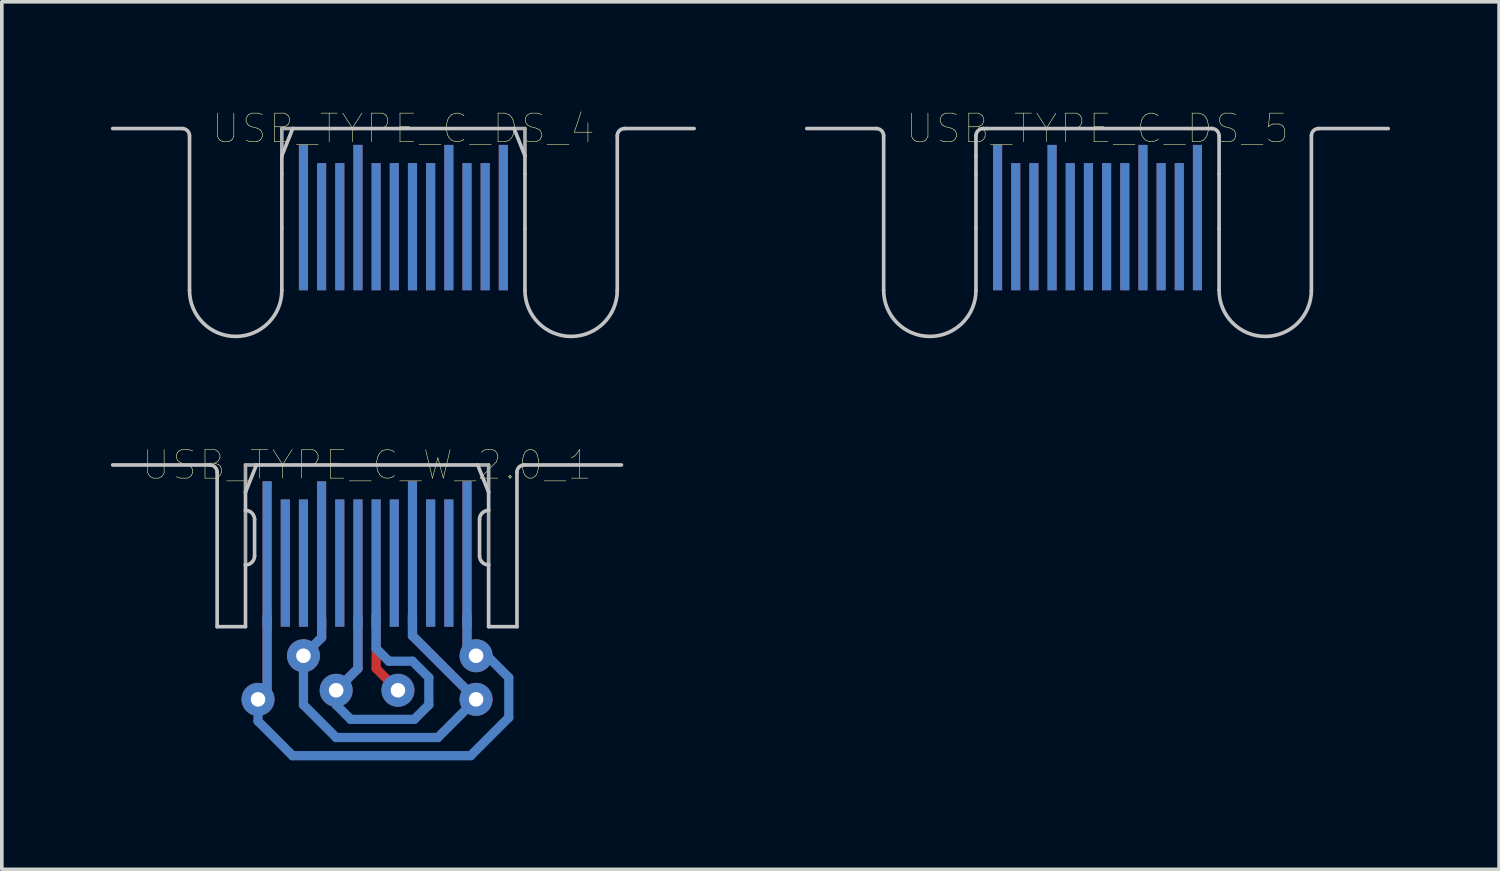
<source format=kicad_pcb>
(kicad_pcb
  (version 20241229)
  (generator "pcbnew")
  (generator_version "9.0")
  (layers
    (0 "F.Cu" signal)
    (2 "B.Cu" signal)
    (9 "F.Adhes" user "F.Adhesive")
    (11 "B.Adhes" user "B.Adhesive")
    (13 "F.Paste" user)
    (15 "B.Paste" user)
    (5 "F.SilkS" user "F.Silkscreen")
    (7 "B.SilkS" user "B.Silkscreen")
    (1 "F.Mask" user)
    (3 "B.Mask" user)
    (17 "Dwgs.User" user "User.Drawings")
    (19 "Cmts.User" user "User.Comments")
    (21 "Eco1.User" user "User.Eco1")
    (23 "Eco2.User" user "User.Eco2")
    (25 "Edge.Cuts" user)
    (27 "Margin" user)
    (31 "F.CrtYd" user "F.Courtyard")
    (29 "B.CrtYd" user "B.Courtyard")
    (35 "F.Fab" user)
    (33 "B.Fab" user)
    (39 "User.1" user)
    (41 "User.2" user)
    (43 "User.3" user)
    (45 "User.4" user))
  (footprint "USB_TYPE_C_W_2.0_1"
    (layer "F.Cu")
    (at 7.05 9.744)
    (property "Reference" "USB_TYPE_C_W_2.0_1" (at 0 0 0) (layer "F.SilkS") (effects (font (size 0.787 0.787) (thickness 0.015))))
    (attr through_hole)
    (fp_line (start -2.75 4.2) (end -2.75 6.2) (stroke (width 0.254) (type solid)) (layer "F.Cu"))
    (fp_line (start -2.75 6.2) (end -3 6.45) (stroke (width 0.254) (type solid)) (layer "F.Cu"))
    (fp_line (start -1.25 4.25) (end -1.25 4.75) (stroke (width 0.254) (type solid)) (layer "F.Cu"))
    (fp_line (start -1.25 4.75) (end -1.75 5.25) (stroke (width 0.254) (type solid)) (layer "F.Cu"))
    (fp_line (start -0.25 4.2) (end -0.25 5.6) (stroke (width 0.254) (type solid)) (layer "F.Cu"))
    (fp_line (start -0.25 5.6) (end -0.85 6.2) (stroke (width 0.254) (type solid)) (layer "F.Cu"))
    (fp_line (start 0.25 4.15) (end 0.25 5.6) (stroke (width 0.254) (type solid)) (layer "F.Cu"))
    (fp_line (start 0.25 5.6) (end 0.85 6.2) (stroke (width 0.254) (type solid)) (layer "F.Cu"))
    (fp_line (start 1.25 4.1) (end 1.25 4.7) (stroke (width 0.254) (type solid)) (layer "F.Cu"))
    (fp_line (start 1.25 4.7) (end 3 6.45) (stroke (width 0.254) (type solid)) (layer "F.Cu"))
    (fp_line (start 2.75 4.2) (end 2.75 5) (stroke (width 0.254) (type solid)) (layer "F.Cu"))
    (fp_line (start 2.75 5) (end 3 5.25) (stroke (width 0.254) (type solid)) (layer "F.Cu"))
    (fp_line (start -3 7.05) (end -3 6.45) (stroke (width 0.254) (type solid)) (layer "B.Cu"))
    (fp_line (start -2.75 4.15) (end -2.75 6.2) (stroke (width 0.254) (type solid)) (layer "B.Cu"))
    (fp_line (start -2.75 6.2) (end -3 6.45) (stroke (width 0.254) (type solid)) (layer "B.Cu"))
    (fp_line (start -2.05 8) (end -3 7.05) (stroke (width 0.254) (type solid)) (layer "B.Cu"))
    (fp_line (start -1.75 6.6) (end -1.75 5.25) (stroke (width 0.254) (type solid)) (layer "B.Cu"))
    (fp_line (start -1.25 4.25) (end -1.25 4.75) (stroke (width 0.254) (type solid)) (layer "B.Cu"))
    (fp_line (start -1.25 4.75) (end -1.75 5.25) (stroke (width 0.254) (type solid)) (layer "B.Cu"))
    (fp_line (start -0.85 6.6) (end -0.85 6.25) (stroke (width 0.254) (type solid)) (layer "B.Cu"))
    (fp_line (start -0.85 7.5) (end -1.75 6.6) (stroke (width 0.254) (type solid)) (layer "B.Cu"))
    (fp_line (start -0.45 7) (end -0.85 6.6) (stroke (width 0.254) (type solid)) (layer "B.Cu"))
    (fp_line (start -0.25 4.25) (end -0.25 5.6) (stroke (width 0.254) (type solid)) (layer "B.Cu"))
    (fp_line (start -0.25 5.6) (end -0.85 6.2) (stroke (width 0.254) (type solid)) (layer "B.Cu"))
    (fp_line (start 0.25 4.15) (end 0.25 5.05) (stroke (width 0.254) (type solid)) (layer "B.Cu"))
    (fp_line (start 0.25 5.05) (end 0.6 5.4) (stroke (width 0.254) (type solid)) (layer "B.Cu"))
    (fp_line (start 0.6 5.4) (end 1.25 5.4) (stroke (width 0.254) (type solid)) (layer "B.Cu"))
    (fp_line (start 1.25 4.15) (end 1.25 4.7) (stroke (width 0.254) (type solid)) (layer "B.Cu"))
    (fp_line (start 1.25 4.7) (end 3 6.45) (stroke (width 0.254) (type solid)) (layer "B.Cu"))
    (fp_line (start 1.25 5.4) (end 1.7 5.85) (stroke (width 0.254) (type solid)) (layer "B.Cu"))
    (fp_line (start 1.3 7) (end -0.45 7) (stroke (width 0.254) (type solid)) (layer "B.Cu"))
    (fp_line (start 1.7 5.85) (end 1.7 6.6) (stroke (width 0.254) (type solid)) (layer "B.Cu"))
    (fp_line (start 1.7 6.6) (end 1.3 7) (stroke (width 0.254) (type solid)) (layer "B.Cu"))
    (fp_line (start 1.95 7.5) (end -0.85 7.5) (stroke (width 0.254) (type solid)) (layer "B.Cu"))
    (fp_line (start 1.95 7.5) (end 3 6.45) (stroke (width 0.254) (type solid)) (layer "B.Cu"))
    (fp_line (start 2.75 4.15) (end 2.75 5) (stroke (width 0.254) (type solid)) (layer "B.Cu"))
    (fp_line (start 2.75 5) (end 3 5.25) (stroke (width 0.254) (type solid)) (layer "B.Cu"))
    (fp_line (start 2.85 8) (end -2.05 8) (stroke (width 0.254) (type solid)) (layer "B.Cu"))
    (fp_line (start 3 5.25) (end 3.3 5.25) (stroke (width 0.254) (type solid)) (layer "B.Cu"))
    (fp_line (start 3.3 5.25) (end 3.9 5.85) (stroke (width 0.254) (type solid)) (layer "B.Cu"))
    (fp_line (start 3.9 5.85) (end 3.9 6.95) (stroke (width 0.254) (type solid)) (layer "B.Cu"))
    (fp_line (start 3.9 6.95) (end 2.85 8) (stroke (width 0.254) (type solid)) (layer "B.Cu"))
    (fp_line (start -7 0) (end -4.325 0) (stroke (width 0.1) (type solid)) (layer "Dwgs.User"))
    (fp_line (start -4.125 0.2) (end -4.125 4.45) (stroke (width 0.1) (type solid)) (layer "Dwgs.User"))
    (fp_line (start -4.125 4.45) (end -3.345 4.45) (stroke (width 0.1) (type solid)) (layer "Dwgs.User"))
    (fp_line (start -3.345 0.75) (end -3.345 1.25) (stroke (width 0.1) (type solid)) (layer "Dwgs.User"))
    (fp_line (start -3.345 2.75) (end -3.345 4.45) (stroke (width 0.1) (type solid)) (layer "Dwgs.User"))
    (fp_line (start -3.095 1.5) (end -3.095 2.5) (stroke (width 0.1) (type solid)) (layer "Dwgs.User"))
    (fp_line (start -3.045 0) (end -3.345 0.75) (stroke (width 0.1) (type solid)) (layer "Dwgs.User"))
    (fp_line (start -3.045 0) (end 3.045 0) (stroke (width 0.1) (type solid)) (layer "Dwgs.User"))
    (fp_line (start 3.045 0) (end 3.345 0.75) (stroke (width 0.1) (type solid)) (layer "Dwgs.User"))
    (fp_line (start 3.095 1.5) (end 3.095 2.5) (stroke (width 0.1) (type solid)) (layer "Dwgs.User"))
    (fp_line (start 3.345 0.75) (end 3.345 1.25) (stroke (width 0.1) (type solid)) (layer "Dwgs.User"))
    (fp_line (start 3.345 2.75) (end 3.345 4.45) (stroke (width 0.1) (type solid)) (layer "Dwgs.User"))
    (fp_line (start 3.345 4.45) (end 4.125 4.45) (stroke (width 0.1) (type solid)) (layer "Dwgs.User"))
    (fp_line (start 4.125 0.2) (end 4.125 4.45) (stroke (width 0.1) (type solid)) (layer "Dwgs.User"))
    (fp_line (start 7 0) (end 4.325 0) (stroke (width 0.1) (type solid)) (layer "Dwgs.User"))
    (fp_arc (start -4.325 0) (mid -4.183579 0.058579) (end -4.125 0.2) (stroke (width 0.1) (type solid)) (layer "Dwgs.User"))
    (fp_arc (start -3.345 1.25) (mid -3.168223 1.323223) (end -3.095 1.5) (stroke (width 0.1) (type solid)) (layer "Dwgs.User"))
    (fp_arc (start -3.095 2.5) (mid -3.168223 2.676777) (end -3.345 2.75) (stroke (width 0.1) (type solid)) (layer "Dwgs.User"))
    (fp_arc (start 3.095 1.5) (mid 3.168223 1.323223) (end 3.345 1.25) (stroke (width 0.1) (type solid)) (layer "Dwgs.User"))
    (fp_arc (start 3.345 2.75) (mid 3.168223 2.676777) (end 3.095 2.5) (stroke (width 0.1) (type solid)) (layer "Dwgs.User"))
    (fp_arc (start 4.125 0.2) (mid 4.183579 0.058579) (end 4.325 0) (stroke (width 0.1) (type solid)) (layer "Dwgs.User"))
    (fp_line (start -3.345 0) (end -3.345 0.75) (stroke (width 0.1) (type solid)) (layer "F.Fab"))
    (fp_line (start -3.345 0) (end -3.045 0) (stroke (width 0.1) (type solid)) (layer "F.Fab"))
    (fp_line (start -3.345 1.25) (end -3.345 2.75) (stroke (width 0.1) (type solid)) (layer "F.Fab"))
    (fp_line (start 3.045 0) (end 3.345 0) (stroke (width 0.1) (type solid)) (layer "F.Fab"))
    (fp_line (start 3.345 0) (end 3.345 0.75) (stroke (width 0.1) (type solid)) (layer "F.Fab"))
    (fp_line (start 3.345 1.25) (end 3.345 2.75) (stroke (width 0.1) (type solid)) (layer "F.Fab"))
    (pad "A1" smd rect (at 2.75 2.45) (size 0.25 4) (layers "F.Cu" "F.Mask" "F.Paste"))
    (pad "A2" smd rect (at 2.25 2.7) (size 0.25 3.5) (layers "F.Cu" "F.Mask" "F.Paste"))
    (pad "A3" smd rect (at 1.75 2.7) (size 0.25 3.5) (layers "F.Cu" "F.Mask" "F.Paste"))
    (pad "A4" smd rect (at 1.25 2.45) (size 0.25 4) (layers "F.Cu" "F.Mask" "F.Paste"))
    (pad "A5" smd rect (at 0.75 2.7) (size 0.25 3.5) (layers "F.Cu" "F.Mask" "F.Paste"))
    (pad "A6" smd rect (at 0.25 2.7) (size 0.25 3.5) (layers "F.Cu" "F.Mask" "F.Paste"))
    (pad "A7" smd rect (at -0.25 2.7) (size 0.25 3.5) (layers "F.Cu" "F.Mask" "F.Paste"))
    (pad "A8" smd rect (at -0.75 2.7) (size 0.25 3.5) (layers "F.Cu" "F.Mask" "F.Paste"))
    (pad "A9" smd rect (at -1.25 2.45) (size 0.25 4) (layers "F.Cu" "F.Mask" "F.Paste"))
    (pad "A10" smd rect (at -1.75 2.7) (size 0.25 3.5) (layers "F.Cu" "F.Mask" "F.Paste"))
    (pad "A11" smd rect (at -2.25 2.7) (size 0.25 3.5) (layers "F.Cu" "F.Mask" "F.Paste"))
    (pad "A12" smd rect (at -2.75 2.45) (size 0.25 4) (layers "F.Cu" "F.Mask" "F.Paste"))
    (pad "B1" smd rect (at -2.75 2.45) (size 0.25 4) (layers "B.Cu" "B.Mask" "B.Paste"))
    (pad "B2" smd rect (at -2.25 2.7) (size 0.25 3.5) (layers "B.Cu" "B.Mask" "B.Paste"))
    (pad "B3" smd rect (at -1.75 2.7) (size 0.25 3.5) (layers "B.Cu" "B.Mask" "B.Paste"))
    (pad "B4" smd rect (at -1.25 2.45) (size 0.25 4) (layers "B.Cu" "B.Mask" "B.Paste"))
    (pad "B5" smd rect (at -0.75 2.7) (size 0.25 3.5) (layers "B.Cu" "B.Mask" "B.Paste"))
    (pad "B6" smd rect (at -0.25 2.7) (size 0.25 3.5) (layers "B.Cu" "B.Mask" "B.Paste"))
    (pad "B7" smd rect (at 0.25 2.7) (size 0.25 3.5) (layers "B.Cu" "B.Mask" "B.Paste"))
    (pad "B8" smd rect (at 0.75 2.7) (size 0.25 3.5) (layers "B.Cu" "B.Mask" "B.Paste"))
    (pad "B9" smd rect (at 1.25 2.45) (size 0.25 4) (layers "B.Cu" "B.Mask" "B.Paste"))
    (pad "B10" smd rect (at 1.75 2.7) (size 0.25 3.5) (layers "B.Cu" "B.Mask" "B.Paste"))
    (pad "B11" smd rect (at 2.25 2.7) (size 0.25 3.5) (layers "B.Cu" "B.Mask" "B.Paste"))
    (pad "B12" smd rect (at 2.75 2.45) (size 0.25 4) (layers "B.Cu" "B.Mask" "B.Paste"))
    (pad "D" thru_hole circle (at -0.85 6.2) (size 0.908 0.908) (drill 0.4) (layers "*.Cu" "*.Mask"))
    (pad "D+" thru_hole circle (at 0.85 6.2) (size 0.908 0.908) (drill 0.4) (layers "*.Cu" "*.Mask"))
    (pad "GND" thru_hole circle (at -3 6.45) (size 0.908 0.908) (drill 0.4) (layers "*.Cu" "*.Mask"))
    (pad "P$5" thru_hole circle (at -1.75 5.25) (size 0.908 0.908) (drill 0.4) (layers "*.Cu"))
    (pad "P$6" thru_hole circle (at 3 5.25) (size 0.908 0.908) (drill 0.4) (layers "*.Cu"))
    (pad "VBUS" thru_hole circle (at 3 6.45) (size 0.908 0.908) (drill 0.4) (layers "*.Cu" "*.Mask")))
  (footprint "USB_TYPE_C_DS_5"
    (layer "F.Cu")
    (at 27.15 0.487)
    (property "Reference" "USB_TYPE_C_DS_5" (at 0 0 0) (layer "F.SilkS") (effects (font (size 0.787 0.787) (thickness 0.015))))
    (attr through_hole)
    (fp_line (start -8 0) (end -6.085 0) (stroke (width 0.1) (type solid)) (layer "Dwgs.User"))
    (fp_line (start -5.885 0.2) (end -5.885 4.45) (stroke (width 0.1) (type solid)) (layer "Dwgs.User"))
    (fp_line (start -3.345 0.2) (end -3.345 0.75) (stroke (width 0.1) (type solid)) (layer "Dwgs.User"))
    (fp_line (start -3.345 0.75) (end -3.345 1.25) (stroke (width 0.1) (type solid)) (layer "Dwgs.User"))
    (fp_line (start -3.345 1.25) (end -3.345 2.75) (stroke (width 0.1) (type solid)) (layer "Dwgs.User"))
    (fp_line (start -3.345 2.75) (end -3.345 4.45) (stroke (width 0.1) (type solid)) (layer "Dwgs.User"))
    (fp_line (start -3.045 0) (end -3.145 0) (stroke (width 0.1) (type solid)) (layer "Dwgs.User"))
    (fp_line (start -3.045 0) (end 3.045 0) (stroke (width 0.1) (type solid)) (layer "Dwgs.User"))
    (fp_line (start 3.045 0) (end 3.145 0) (stroke (width 0.1) (type solid)) (layer "Dwgs.User"))
    (fp_line (start 3.345 0.2) (end 3.345 1.25) (stroke (width 0.1) (type solid)) (layer "Dwgs.User"))
    (fp_line (start 3.345 1.25) (end 3.345 2.75) (stroke (width 0.1) (type solid)) (layer "Dwgs.User"))
    (fp_line (start 3.345 2.75) (end 3.345 4.45) (stroke (width 0.1) (type solid)) (layer "Dwgs.User"))
    (fp_line (start 5.885 0.2) (end 5.885 4.45) (stroke (width 0.1) (type solid)) (layer "Dwgs.User"))
    (fp_line (start 8 0) (end 6.085 0) (stroke (width 0.1) (type solid)) (layer "Dwgs.User"))
    (fp_arc (start -6.085 0) (mid -5.943579 0.058579) (end -5.885 0.2) (stroke (width 0.1) (type solid)) (layer "Dwgs.User"))
    (fp_arc (start -3.345 0.2) (mid -3.286421 0.058579) (end -3.145 0) (stroke (width 0.1) (type solid)) (layer "Dwgs.User"))
    (fp_arc (start -3.345 4.45) (mid -4.615 5.72) (end -5.885 4.45) (stroke (width 0.1) (type solid)) (layer "Dwgs.User"))
    (fp_arc (start 3.145 0) (mid 3.286421 0.058579) (end 3.345 0.2) (stroke (width 0.1) (type solid)) (layer "Dwgs.User"))
    (fp_arc (start 5.885 0.2) (mid 5.943579 0.058579) (end 6.085 0) (stroke (width 0.1) (type solid)) (layer "Dwgs.User"))
    (fp_arc (start 5.885 4.45) (mid 4.615 5.72) (end 3.345 4.45) (stroke (width 0.1) (type solid)) (layer "Dwgs.User"))
    (pad "A1" smd rect (at 2.75 2.45) (size 0.25 4) (layers "F.Cu" "F.Mask" "F.Paste"))
    (pad "A2" smd rect (at 2.25 2.7) (size 0.25 3.5) (layers "F.Cu" "F.Mask" "F.Paste"))
    (pad "A3" smd rect (at 1.75 2.7) (size 0.25 3.5) (layers "F.Cu" "F.Mask" "F.Paste"))
    (pad "A4" smd rect (at 1.25 2.45) (size 0.25 4) (layers "F.Cu" "F.Mask" "F.Paste"))
    (pad "A5" smd rect (at 0.75 2.7) (size 0.25 3.5) (layers "F.Cu" "F.Mask" "F.Paste"))
    (pad "A6" smd rect (at 0.25 2.7) (size 0.25 3.5) (layers "F.Cu" "F.Mask" "F.Paste"))
    (pad "A7" smd rect (at -0.25 2.7) (size 0.25 3.5) (layers "F.Cu" "F.Mask" "F.Paste"))
    (pad "A8" smd rect (at -0.75 2.7) (size 0.25 3.5) (layers "F.Cu" "F.Mask" "F.Paste"))
    (pad "A9" smd rect (at -1.25 2.45) (size 0.25 4) (layers "F.Cu" "F.Mask" "F.Paste"))
    (pad "A10" smd rect (at -1.75 2.7) (size 0.25 3.5) (layers "F.Cu" "F.Mask" "F.Paste"))
    (pad "A11" smd rect (at -2.25 2.7) (size 0.25 3.5) (layers "F.Cu" "F.Mask" "F.Paste"))
    (pad "A12" smd rect (at -2.75 2.45) (size 0.25 4) (layers "F.Cu" "F.Mask" "F.Paste"))
    (pad "B1" smd rect (at -2.75 2.45) (size 0.25 4) (layers "B.Cu" "B.Mask" "B.Paste"))
    (pad "B2" smd rect (at -2.25 2.7) (size 0.25 3.5) (layers "B.Cu" "B.Mask" "B.Paste"))
    (pad "B3" smd rect (at -1.75 2.7) (size 0.25 3.5) (layers "B.Cu" "B.Mask" "B.Paste"))
    (pad "B4" smd rect (at -1.25 2.45) (size 0.25 4) (layers "B.Cu" "B.Mask" "B.Paste"))
    (pad "B5" smd rect (at -0.75 2.7) (size 0.25 3.5) (layers "B.Cu" "B.Mask" "B.Paste"))
    (pad "B6" smd rect (at -0.25 2.7) (size 0.25 3.5) (layers "B.Cu" "B.Mask" "B.Paste"))
    (pad "B7" smd rect (at 0.25 2.7) (size 0.25 3.5) (layers "B.Cu" "B.Mask" "B.Paste"))
    (pad "B8" smd rect (at 0.75 2.7) (size 0.25 3.5) (layers "B.Cu" "B.Mask" "B.Paste"))
    (pad "B9" smd rect (at 1.25 2.45) (size 0.25 4) (layers "B.Cu" "B.Mask" "B.Paste"))
    (pad "B10" smd rect (at 1.75 2.7) (size 0.25 3.5) (layers "B.Cu" "B.Mask" "B.Paste"))
    (pad "B11" smd rect (at 2.25 2.7) (size 0.25 3.5) (layers "B.Cu" "B.Mask" "B.Paste"))
    (pad "B12" smd rect (at 2.75 2.45) (size 0.25 4) (layers "B.Cu" "B.Mask" "B.Paste")))
  (footprint "USB_TYPE_C_DS_4"
    (layer "F.Cu")
    (at 8.05 0.487)
    (property "Reference" "USB_TYPE_C_DS_4" (at 0 0 0) (layer "F.SilkS") (effects (font (size 0.787 0.787) (thickness 0.015))))
    (attr through_hole)
    (fp_line (start -8 0) (end -6.085 0) (stroke (width 0.1) (type solid)) (layer "Dwgs.User"))
    (fp_line (start -5.885 0.2) (end -5.885 4.45) (stroke (width 0.1) (type solid)) (layer "Dwgs.User"))
    (fp_line (start -3.345 0.75) (end -3.345 1.25) (stroke (width 0.1) (type solid)) (layer "Dwgs.User"))
    (fp_line (start -3.345 1.25) (end -3.345 2.75) (stroke (width 0.1) (type solid)) (layer "Dwgs.User"))
    (fp_line (start -3.345 2.75) (end -3.345 4.45) (stroke (width 0.1) (type solid)) (layer "Dwgs.User"))
    (fp_line (start -3.045 0) (end -3.345 0.75) (stroke (width 0.1) (type solid)) (layer "Dwgs.User"))
    (fp_line (start -3.045 0) (end 3.045 0) (stroke (width 0.1) (type solid)) (layer "Dwgs.User"))
    (fp_line (start 3.045 0) (end 3.345 0.75) (stroke (width 0.1) (type solid)) (layer "Dwgs.User"))
    (fp_line (start 3.345 0.75) (end 3.345 1.25) (stroke (width 0.1) (type solid)) (layer "Dwgs.User"))
    (fp_line (start 3.345 1.25) (end 3.345 2.75) (stroke (width 0.1) (type solid)) (layer "Dwgs.User"))
    (fp_line (start 3.345 2.75) (end 3.345 4.45) (stroke (width 0.1) (type solid)) (layer "Dwgs.User"))
    (fp_line (start 5.885 0.2) (end 5.885 4.45) (stroke (width 0.1) (type solid)) (layer "Dwgs.User"))
    (fp_line (start 8 0) (end 6.085 0) (stroke (width 0.1) (type solid)) (layer "Dwgs.User"))
    (fp_arc (start -6.085 0) (mid -5.943579 0.058579) (end -5.885 0.2) (stroke (width 0.1) (type solid)) (layer "Dwgs.User"))
    (fp_arc (start -3.345 4.45) (mid -4.615 5.72) (end -5.885 4.45) (stroke (width 0.1) (type solid)) (layer "Dwgs.User"))
    (fp_arc (start 5.885 0.2) (mid 5.943579 0.058579) (end 6.085 0) (stroke (width 0.1) (type solid)) (layer "Dwgs.User"))
    (fp_arc (start 5.885 4.45) (mid 4.615 5.72) (end 3.345 4.45) (stroke (width 0.1) (type solid)) (layer "Dwgs.User"))
    (fp_line (start -3.345 0) (end -3.345 0.75) (stroke (width 0.1) (type solid)) (layer "F.Fab"))
    (fp_line (start -3.345 0) (end -3.045 0) (stroke (width 0.1) (type solid)) (layer "F.Fab"))
    (fp_line (start 3.045 0) (end 3.345 0) (stroke (width 0.1) (type solid)) (layer "F.Fab"))
    (fp_line (start 3.345 0) (end 3.345 0.75) (stroke (width 0.1) (type solid)) (layer "F.Fab"))
    (pad "A1" smd rect (at 2.75 2.45) (size 0.25 4) (layers "F.Cu" "F.Mask" "F.Paste"))
    (pad "A2" smd rect (at 2.25 2.7) (size 0.25 3.5) (layers "F.Cu" "F.Mask" "F.Paste"))
    (pad "A3" smd rect (at 1.75 2.7) (size 0.25 3.5) (layers "F.Cu" "F.Mask" "F.Paste"))
    (pad "A4" smd rect (at 1.25 2.45) (size 0.25 4) (layers "F.Cu" "F.Mask" "F.Paste"))
    (pad "A5" smd rect (at 0.75 2.7) (size 0.25 3.5) (layers "F.Cu" "F.Mask" "F.Paste"))
    (pad "A6" smd rect (at 0.25 2.7) (size 0.25 3.5) (layers "F.Cu" "F.Mask" "F.Paste"))
    (pad "A7" smd rect (at -0.25 2.7) (size 0.25 3.5) (layers "F.Cu" "F.Mask" "F.Paste"))
    (pad "A8" smd rect (at -0.75 2.7) (size 0.25 3.5) (layers "F.Cu" "F.Mask" "F.Paste"))
    (pad "A9" smd rect (at -1.25 2.45) (size 0.25 4) (layers "F.Cu" "F.Mask" "F.Paste"))
    (pad "A10" smd rect (at -1.75 2.7) (size 0.25 3.5) (layers "F.Cu" "F.Mask" "F.Paste"))
    (pad "A11" smd rect (at -2.25 2.7) (size 0.25 3.5) (layers "F.Cu" "F.Mask" "F.Paste"))
    (pad "A12" smd rect (at -2.75 2.45) (size 0.25 4) (layers "F.Cu" "F.Mask" "F.Paste"))
    (pad "B1" smd rect (at -2.75 2.45) (size 0.25 4) (layers "B.Cu" "B.Mask" "B.Paste"))
    (pad "B2" smd rect (at -2.25 2.7) (size 0.25 3.5) (layers "B.Cu" "B.Mask" "B.Paste"))
    (pad "B3" smd rect (at -1.75 2.7) (size 0.25 3.5) (layers "B.Cu" "B.Mask" "B.Paste"))
    (pad "B4" smd rect (at -1.25 2.45) (size 0.25 4) (layers "B.Cu" "B.Mask" "B.Paste"))
    (pad "B5" smd rect (at -0.75 2.7) (size 0.25 3.5) (layers "B.Cu" "B.Mask" "B.Paste"))
    (pad "B6" smd rect (at -0.25 2.7) (size 0.25 3.5) (layers "B.Cu" "B.Mask" "B.Paste"))
    (pad "B7" smd rect (at 0.25 2.7) (size 0.25 3.5) (layers "B.Cu" "B.Mask" "B.Paste"))
    (pad "B8" smd rect (at 0.75 2.7) (size 0.25 3.5) (layers "B.Cu" "B.Mask" "B.Paste"))
    (pad "B9" smd rect (at 1.25 2.45) (size 0.25 4) (layers "B.Cu" "B.Mask" "B.Paste"))
    (pad "B10" smd rect (at 1.75 2.7) (size 0.25 3.5) (layers "B.Cu" "B.Mask" "B.Paste"))
    (pad "B11" smd rect (at 2.25 2.7) (size 0.25 3.5) (layers "B.Cu" "B.Mask" "B.Paste"))
    (pad "B12" smd rect (at 2.75 2.45) (size 0.25 4) (layers "B.Cu" "B.Mask" "B.Paste")))
  (gr_rect
    (start -3 -3)
    (end 38.2 20.871)
    (stroke (width 0.1) (type default))
    (fill no)
    (layer "Edge.Cuts")))
</source>
